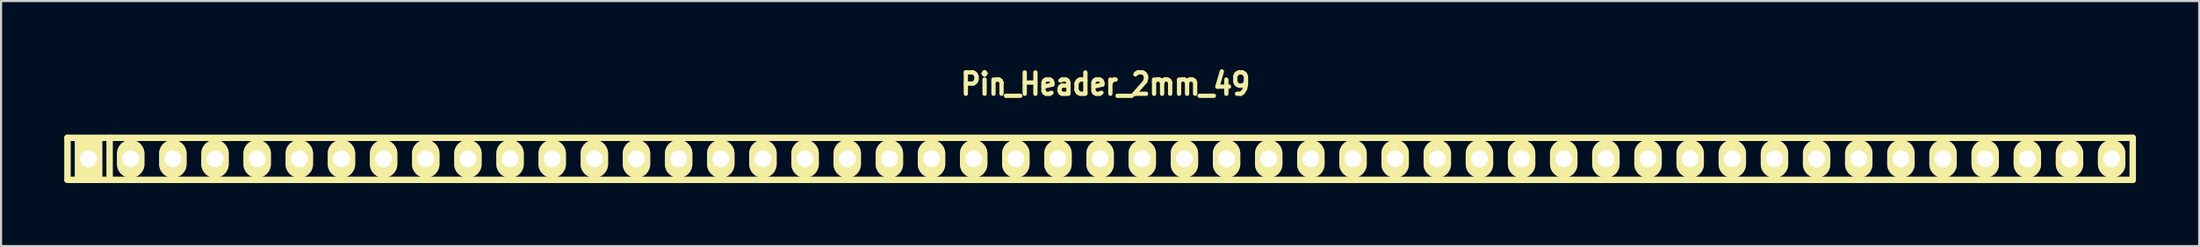
<source format=kicad_pcb>
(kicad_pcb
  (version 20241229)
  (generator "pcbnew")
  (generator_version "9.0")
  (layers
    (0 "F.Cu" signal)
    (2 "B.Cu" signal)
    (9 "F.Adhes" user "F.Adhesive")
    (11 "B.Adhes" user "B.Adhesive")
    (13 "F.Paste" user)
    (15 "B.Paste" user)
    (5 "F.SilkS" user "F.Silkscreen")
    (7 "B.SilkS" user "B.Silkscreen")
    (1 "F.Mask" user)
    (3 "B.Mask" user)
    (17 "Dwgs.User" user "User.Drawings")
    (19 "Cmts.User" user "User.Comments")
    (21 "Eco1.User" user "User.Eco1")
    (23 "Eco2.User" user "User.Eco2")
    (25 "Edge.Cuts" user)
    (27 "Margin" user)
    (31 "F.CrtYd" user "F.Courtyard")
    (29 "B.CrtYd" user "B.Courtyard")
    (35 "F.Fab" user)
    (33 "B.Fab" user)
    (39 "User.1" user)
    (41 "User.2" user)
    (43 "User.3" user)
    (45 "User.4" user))
  (footprint "Pin_Header_2mm_49"
    (layer "F.Cu")
    (at 49.152 4.507)
    (property "Reference" "Pin_Header_2mm_49" (at 0.254 -3.556 0) (layer "F.SilkS") (effects (font (size 1.016 0.889) (thickness 0.203))))
    (attr through_hole)
    (fp_line (start -49 -1) (end 49 -1) (stroke (width 0.305) (type solid)) (layer "F.SilkS"))
    (fp_line (start -49 1) (end -49 -1) (stroke (width 0.305) (type solid)) (layer "F.SilkS"))
    (fp_line (start -47 -1) (end -47 1) (stroke (width 0.305) (type solid)) (layer "F.SilkS"))
    (fp_line (start 49 -1) (end 49 1) (stroke (width 0.305) (type solid)) (layer "F.SilkS"))
    (fp_line (start 49 1) (end -49 1) (stroke (width 0.305) (type solid)) (layer "F.SilkS"))
    (pad "1" thru_hole rect (at -48 0) (size 1.3 1.8) (drill 0.8) (layers "*.Cu" "*.Mask" "F.SilkS"))
    (pad "2" thru_hole oval (at -46 0) (size 1.3 1.8) (drill 0.8) (layers "*.Cu" "*.Mask" "F.SilkS"))
    (pad "3" thru_hole oval (at -44 0) (size 1.3 1.8) (drill 0.8) (layers "*.Cu" "*.Mask" "F.SilkS"))
    (pad "4" thru_hole oval (at -42 0) (size 1.3 1.8) (drill 0.8) (layers "*.Cu" "*.Mask" "F.SilkS"))
    (pad "5" thru_hole oval (at -40 0) (size 1.3 1.8) (drill 0.8) (layers "*.Cu" "*.Mask" "F.SilkS"))
    (pad "6" thru_hole oval (at -38 0) (size 1.3 1.8) (drill 0.8) (layers "*.Cu" "*.Mask" "F.SilkS"))
    (pad "7" thru_hole oval (at -36 0) (size 1.3 1.8) (drill 0.8) (layers "*.Cu" "*.Mask" "F.SilkS"))
    (pad "8" thru_hole oval (at -34 0) (size 1.3 1.8) (drill 0.8) (layers "*.Cu" "*.Mask" "F.SilkS"))
    (pad "9" thru_hole oval (at -32 0) (size 1.3 1.8) (drill 0.8) (layers "*.Cu" "*.Mask" "F.SilkS"))
    (pad "10" thru_hole oval (at -30 0) (size 1.3 1.8) (drill 0.8) (layers "*.Cu" "*.Mask" "F.SilkS"))
    (pad "11" thru_hole oval (at -28 0) (size 1.3 1.8) (drill 0.8) (layers "*.Cu" "*.Mask" "F.SilkS"))
    (pad "12" thru_hole oval (at -26 0) (size 1.3 1.8) (drill 0.8) (layers "*.Cu" "*.Mask" "F.SilkS"))
    (pad "13" thru_hole oval (at -24 0) (size 1.3 1.8) (drill 0.8) (layers "*.Cu" "*.Mask" "F.SilkS"))
    (pad "14" thru_hole oval (at -22 0) (size 1.3 1.8) (drill 0.8) (layers "*.Cu" "*.Mask" "F.SilkS"))
    (pad "15" thru_hole oval (at -20 0) (size 1.3 1.8) (drill 0.8) (layers "*.Cu" "*.Mask" "F.SilkS"))
    (pad "16" thru_hole oval (at -18 0) (size 1.3 1.8) (drill 0.8) (layers "*.Cu" "*.Mask" "F.SilkS"))
    (pad "17" thru_hole oval (at -16 0) (size 1.3 1.8) (drill 0.8) (layers "*.Cu" "*.Mask" "F.SilkS"))
    (pad "18" thru_hole oval (at -14 0) (size 1.3 1.8) (drill 0.8) (layers "*.Cu" "*.Mask" "F.SilkS"))
    (pad "19" thru_hole oval (at -12 0) (size 1.3 1.8) (drill 0.8) (layers "*.Cu" "*.Mask" "F.SilkS"))
    (pad "20" thru_hole oval (at -10 0) (size 1.3 1.8) (drill 0.8) (layers "*.Cu" "*.Mask" "F.SilkS"))
    (pad "21" thru_hole oval (at -8 0) (size 1.3 1.8) (drill 0.8) (layers "*.Cu" "*.Mask" "F.SilkS"))
    (pad "22" thru_hole oval (at -6 0) (size 1.3 1.8) (drill 0.8) (layers "*.Cu" "*.Mask" "F.SilkS"))
    (pad "23" thru_hole oval (at -4 0) (size 1.3 1.8) (drill 0.8) (layers "*.Cu" "*.Mask" "F.SilkS"))
    (pad "24" thru_hole oval (at -2 0) (size 1.3 1.8) (drill 0.8) (layers "*.Cu" "*.Mask" "F.SilkS"))
    (pad "25" thru_hole oval (at 0 0) (size 1.3 1.8) (drill 0.8) (layers "*.Cu" "*.Mask" "F.SilkS"))
    (pad "26" thru_hole oval (at 2 0) (size 1.3 1.8) (drill 0.8) (layers "*.Cu" "*.Mask" "F.SilkS"))
    (pad "27" thru_hole oval (at 4 0) (size 1.3 1.8) (drill 0.8) (layers "*.Cu" "*.Mask" "F.SilkS"))
    (pad "28" thru_hole oval (at 6 0) (size 1.3 1.8) (drill 0.8) (layers "*.Cu" "*.Mask" "F.SilkS"))
    (pad "29" thru_hole oval (at 8 0) (size 1.3 1.8) (drill 0.8) (layers "*.Cu" "*.Mask" "F.SilkS"))
    (pad "30" thru_hole oval (at 10 0) (size 1.3 1.8) (drill 0.8) (layers "*.Cu" "*.Mask" "F.SilkS"))
    (pad "31" thru_hole oval (at 12 0) (size 1.3 1.8) (drill 0.8) (layers "*.Cu" "*.Mask" "F.SilkS"))
    (pad "32" thru_hole oval (at 14 0) (size 1.3 1.8) (drill 0.8) (layers "*.Cu" "*.Mask" "F.SilkS"))
    (pad "33" thru_hole oval (at 16 0) (size 1.3 1.8) (drill 0.8) (layers "*.Cu" "*.Mask" "F.SilkS"))
    (pad "34" thru_hole oval (at 18 0) (size 1.3 1.8) (drill 0.8) (layers "*.Cu" "*.Mask" "F.SilkS"))
    (pad "35" thru_hole oval (at 20 0) (size 1.3 1.8) (drill 0.8) (layers "*.Cu" "*.Mask" "F.SilkS"))
    (pad "36" thru_hole oval (at 22 0) (size 1.3 1.8) (drill 0.8) (layers "*.Cu" "*.Mask" "F.SilkS"))
    (pad "37" thru_hole oval (at 24 0) (size 1.3 1.8) (drill 0.8) (layers "*.Cu" "*.Mask" "F.SilkS"))
    (pad "38" thru_hole oval (at 26 0) (size 1.3 1.8) (drill 0.8) (layers "*.Cu" "*.Mask" "F.SilkS"))
    (pad "39" thru_hole oval (at 28 0) (size 1.3 1.8) (drill 0.8) (layers "*.Cu" "*.Mask" "F.SilkS"))
    (pad "40" thru_hole oval (at 30 0) (size 1.3 1.8) (drill 0.8) (layers "*.Cu" "*.Mask" "F.SilkS"))
    (pad "41" thru_hole oval (at 32 0) (size 1.3 1.8) (drill 0.8) (layers "*.Cu" "*.Mask" "F.SilkS"))
    (pad "42" thru_hole oval (at 34 0) (size 1.3 1.8) (drill 0.8) (layers "*.Cu" "*.Mask" "F.SilkS"))
    (pad "43" thru_hole oval (at 36 0) (size 1.3 1.8) (drill 0.8) (layers "*.Cu" "*.Mask" "F.SilkS"))
    (pad "44" thru_hole oval (at 38 0) (size 1.3 1.8) (drill 0.8) (layers "*.Cu" "*.Mask" "F.SilkS"))
    (pad "45" thru_hole oval (at 40 0) (size 1.3 1.8) (drill 0.8) (layers "*.Cu" "*.Mask" "F.SilkS"))
    (pad "46" thru_hole oval (at 42 0) (size 1.3 1.8) (drill 0.8) (layers "*.Cu" "*.Mask" "F.SilkS"))
    (pad "47" thru_hole oval (at 44 0) (size 1.3 1.8) (drill 0.8) (layers "*.Cu" "*.Mask" "F.SilkS"))
    (pad "48" thru_hole oval (at 46 0) (size 1.3 1.8) (drill 0.8) (layers "*.Cu" "*.Mask" "F.SilkS"))
    (pad "49" thru_hole oval (at 48 0) (size 1.3 1.8) (drill 0.8) (layers "*.Cu" "*.Mask" "F.SilkS")))
  (gr_rect
    (start -3 -3)
    (end 101.305 8.659)
    (stroke (width 0.1) (type default))
    (fill no)
    (layer "Edge.Cuts")))
</source>
